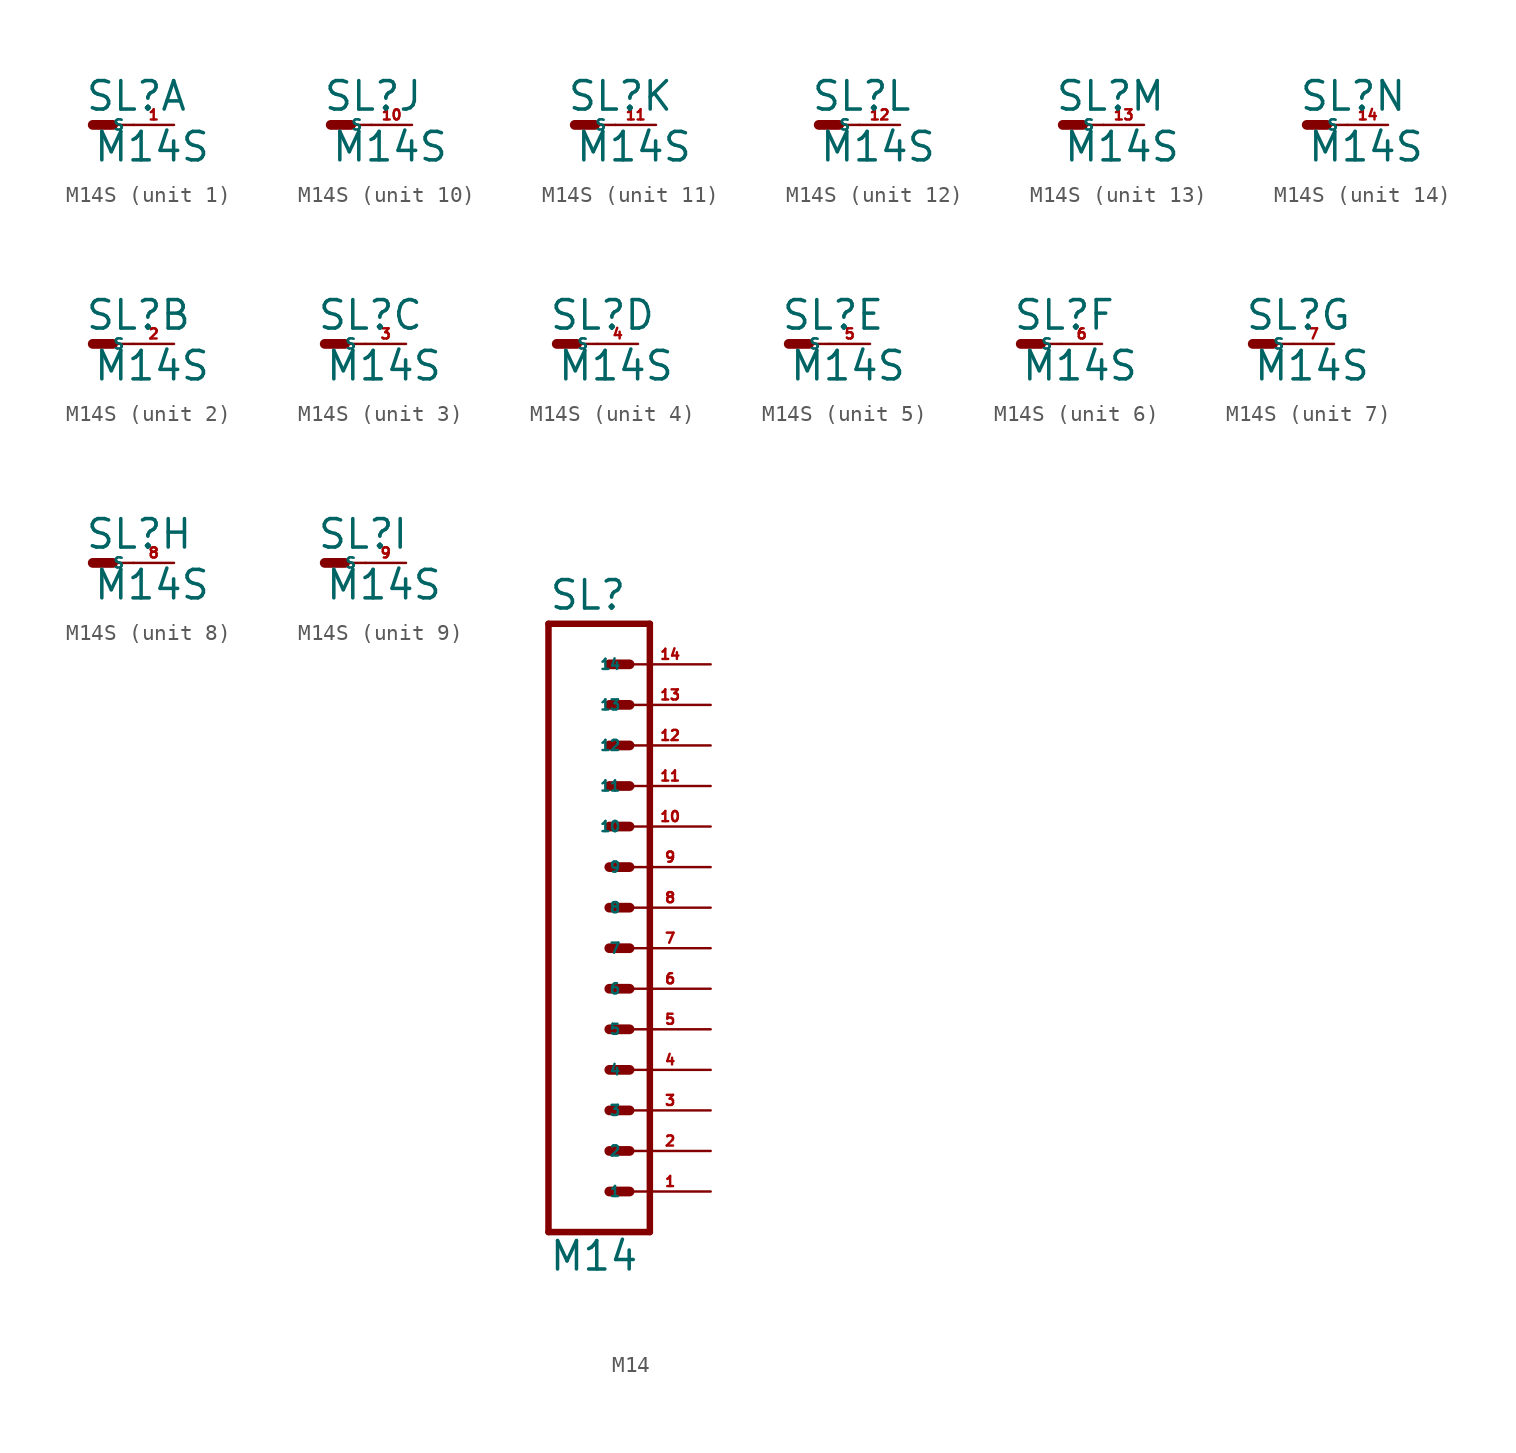
<source format=kicad_sym>
(kicad_symbol_lib
  (version 20220914)
  (generator Eagle2Kicad)
  (symbol "M14S"
    (property "Reference" "SL"
      (at -0.508 0.762 0)
      (effects (font (size 1.778 1.778) (thickness 0.22)) (justify left bottom)))
    (property "Value" "M14S"
      (at 0 -2.413 0)
      (effects (font (size 1.778 1.778) (thickness 0.22)) (justify left bottom)))
    (symbol "M14S_1_0"
      (polyline (pts (xy 0 0) (xy 1.27 0)) (stroke (width 0.61) (type default)) (fill (type none)))
      (polyline (pts (xy 1.27 0) (xy 2.54 0)) (stroke (width 0.152) (type default)) (fill (type none)))
      (pin passive line (at 5.08 0 180) (length 2.54) (name "S" (effects (font (size 0.635 0.635) (thickness 0.08)) (justify left bottom))) (number "1" (effects (font (size 0.635 0.635) (thickness 0.08)) (justify left bottom)))))
    (symbol "M14S_2_0"
      (polyline (pts (xy 0 0) (xy 1.27 0)) (stroke (width 0.61) (type default)) (fill (type none)))
      (polyline (pts (xy 1.27 0) (xy 2.54 0)) (stroke (width 0.152) (type default)) (fill (type none)))
      (pin passive line (at 5.08 0 180) (length 2.54) (name "S" (effects (font (size 0.635 0.635) (thickness 0.08)) (justify left bottom))) (number "2" (effects (font (size 0.635 0.635) (thickness 0.08)) (justify left bottom)))))
    (symbol "M14S_3_0"
      (polyline (pts (xy 0 0) (xy 1.27 0)) (stroke (width 0.61) (type default)) (fill (type none)))
      (polyline (pts (xy 1.27 0) (xy 2.54 0)) (stroke (width 0.152) (type default)) (fill (type none)))
      (pin passive line (at 5.08 0 180) (length 2.54) (name "S" (effects (font (size 0.635 0.635) (thickness 0.08)) (justify left bottom))) (number "3" (effects (font (size 0.635 0.635) (thickness 0.08)) (justify left bottom)))))
    (symbol "M14S_4_0"
      (polyline (pts (xy 0 0) (xy 1.27 0)) (stroke (width 0.61) (type default)) (fill (type none)))
      (polyline (pts (xy 1.27 0) (xy 2.54 0)) (stroke (width 0.152) (type default)) (fill (type none)))
      (pin passive line (at 5.08 0 180) (length 2.54) (name "S" (effects (font (size 0.635 0.635) (thickness 0.08)) (justify left bottom))) (number "4" (effects (font (size 0.635 0.635) (thickness 0.08)) (justify left bottom)))))
    (symbol "M14S_5_0"
      (polyline (pts (xy 0 0) (xy 1.27 0)) (stroke (width 0.61) (type default)) (fill (type none)))
      (polyline (pts (xy 1.27 0) (xy 2.54 0)) (stroke (width 0.152) (type default)) (fill (type none)))
      (pin passive line (at 5.08 0 180) (length 2.54) (name "S" (effects (font (size 0.635 0.635) (thickness 0.08)) (justify left bottom))) (number "5" (effects (font (size 0.635 0.635) (thickness 0.08)) (justify left bottom)))))
    (symbol "M14S_6_0"
      (polyline (pts (xy 0 0) (xy 1.27 0)) (stroke (width 0.61) (type default)) (fill (type none)))
      (polyline (pts (xy 1.27 0) (xy 2.54 0)) (stroke (width 0.152) (type default)) (fill (type none)))
      (pin passive line (at 5.08 0 180) (length 2.54) (name "S" (effects (font (size 0.635 0.635) (thickness 0.08)) (justify left bottom))) (number "6" (effects (font (size 0.635 0.635) (thickness 0.08)) (justify left bottom)))))
    (symbol "M14S_7_0"
      (polyline (pts (xy 0 0) (xy 1.27 0)) (stroke (width 0.61) (type default)) (fill (type none)))
      (polyline (pts (xy 1.27 0) (xy 2.54 0)) (stroke (width 0.152) (type default)) (fill (type none)))
      (pin passive line (at 5.08 0 180) (length 2.54) (name "S" (effects (font (size 0.635 0.635) (thickness 0.08)) (justify left bottom))) (number "7" (effects (font (size 0.635 0.635) (thickness 0.08)) (justify left bottom)))))
    (symbol "M14S_8_0"
      (polyline (pts (xy 0 0) (xy 1.27 0)) (stroke (width 0.61) (type default)) (fill (type none)))
      (polyline (pts (xy 1.27 0) (xy 2.54 0)) (stroke (width 0.152) (type default)) (fill (type none)))
      (pin passive line (at 5.08 0 180) (length 2.54) (name "S" (effects (font (size 0.635 0.635) (thickness 0.08)) (justify left bottom))) (number "8" (effects (font (size 0.635 0.635) (thickness 0.08)) (justify left bottom)))))
    (symbol "M14S_9_0"
      (polyline (pts (xy 0 0) (xy 1.27 0)) (stroke (width 0.61) (type default)) (fill (type none)))
      (polyline (pts (xy 1.27 0) (xy 2.54 0)) (stroke (width 0.152) (type default)) (fill (type none)))
      (pin passive line (at 5.08 0 180) (length 2.54) (name "S" (effects (font (size 0.635 0.635) (thickness 0.08)) (justify left bottom))) (number "9" (effects (font (size 0.635 0.635) (thickness 0.08)) (justify left bottom)))))
    (symbol "M14S_10_0"
      (polyline (pts (xy 0 0) (xy 1.27 0)) (stroke (width 0.61) (type default)) (fill (type none)))
      (polyline (pts (xy 1.27 0) (xy 2.54 0)) (stroke (width 0.152) (type default)) (fill (type none)))
      (pin passive line (at 5.08 0 180) (length 2.54) (name "S" (effects (font (size 0.635 0.635) (thickness 0.08)) (justify left bottom))) (number "10" (effects (font (size 0.635 0.635) (thickness 0.08)) (justify left bottom)))))
    (symbol "M14S_11_0"
      (polyline (pts (xy 0 0) (xy 1.27 0)) (stroke (width 0.61) (type default)) (fill (type none)))
      (polyline (pts (xy 1.27 0) (xy 2.54 0)) (stroke (width 0.152) (type default)) (fill (type none)))
      (pin passive line (at 5.08 0 180) (length 2.54) (name "S" (effects (font (size 0.635 0.635) (thickness 0.08)) (justify left bottom))) (number "11" (effects (font (size 0.635 0.635) (thickness 0.08)) (justify left bottom)))))
    (symbol "M14S_12_0"
      (polyline (pts (xy 0 0) (xy 1.27 0)) (stroke (width 0.61) (type default)) (fill (type none)))
      (polyline (pts (xy 1.27 0) (xy 2.54 0)) (stroke (width 0.152) (type default)) (fill (type none)))
      (pin passive line (at 5.08 0 180) (length 2.54) (name "S" (effects (font (size 0.635 0.635) (thickness 0.08)) (justify left bottom))) (number "12" (effects (font (size 0.635 0.635) (thickness 0.08)) (justify left bottom)))))
    (symbol "M14S_13_0"
      (polyline (pts (xy 0 0) (xy 1.27 0)) (stroke (width 0.61) (type default)) (fill (type none)))
      (polyline (pts (xy 1.27 0) (xy 2.54 0)) (stroke (width 0.152) (type default)) (fill (type none)))
      (pin passive line (at 5.08 0 180) (length 2.54) (name "S" (effects (font (size 0.635 0.635) (thickness 0.08)) (justify left bottom))) (number "13" (effects (font (size 0.635 0.635) (thickness 0.08)) (justify left bottom)))))
    (symbol "M14S_14_0"
      (polyline (pts (xy 0 0) (xy 1.27 0)) (stroke (width 0.61) (type default)) (fill (type none)))
      (polyline (pts (xy 1.27 0) (xy 2.54 0)) (stroke (width 0.152) (type default)) (fill (type none)))
      (pin passive line (at 5.08 0 180) (length 2.54) (name "S" (effects (font (size 0.635 0.635) (thickness 0.08)) (justify left bottom))) (number "14" (effects (font (size 0.635 0.635) (thickness 0.08)) (justify left bottom))))))
  (symbol "M14"
    (property "Reference" "SL"
      (at -5.08 18.542 0)
      (effects (font (size 1.778 1.778) (thickness 0.22)) (justify left bottom)))
    (property "Value" "M14"
      (at -5.08 -22.86 0)
      (effects (font (size 1.778 1.778) (thickness 0.22)) (justify left bottom)))
    (polyline
      (pts (xy 1.27 -20.32) (xy -5.08 -20.32))
      (stroke (width 0.406) (type default))
      (fill (type none)))
    (polyline
      (pts (xy -1.27 -12.7) (xy 0 -12.7))
      (stroke (width 0.61) (type default))
      (fill (type none)))
    (polyline
      (pts (xy -1.27 -15.24) (xy 0 -15.24))
      (stroke (width 0.61) (type default))
      (fill (type none)))
    (polyline
      (pts (xy -1.27 -17.78) (xy 0 -17.78))
      (stroke (width 0.61) (type default))
      (fill (type none)))
    (polyline
      (pts (xy -5.08 17.78) (xy -5.08 -20.32))
      (stroke (width 0.406) (type default))
      (fill (type none)))
    (polyline
      (pts (xy 1.27 -20.32) (xy 1.27 17.78))
      (stroke (width 0.406) (type default))
      (fill (type none)))
    (polyline
      (pts (xy -5.08 17.78) (xy 1.27 17.78))
      (stroke (width 0.406) (type default))
      (fill (type none)))
    (polyline
      (pts (xy -1.27 -7.62) (xy 0 -7.62))
      (stroke (width 0.61) (type default))
      (fill (type none)))
    (polyline
      (pts (xy -1.27 -10.16) (xy 0 -10.16))
      (stroke (width 0.61) (type default))
      (fill (type none)))
    (polyline
      (pts (xy -1.27 -5.08) (xy 0 -5.08))
      (stroke (width 0.61) (type default))
      (fill (type none)))
    (polyline
      (pts (xy -1.27 -2.54) (xy 0 -2.54))
      (stroke (width 0.61) (type default))
      (fill (type none)))
    (polyline
      (pts (xy -1.27 0) (xy 0 0))
      (stroke (width 0.61) (type default))
      (fill (type none)))
    (polyline
      (pts (xy -1.27 2.54) (xy 0 2.54))
      (stroke (width 0.61) (type default))
      (fill (type none)))
    (polyline
      (pts (xy -1.27 5.08) (xy 0 5.08))
      (stroke (width 0.61) (type default))
      (fill (type none)))
    (polyline
      (pts (xy -1.27 7.62) (xy 0 7.62))
      (stroke (width 0.61) (type default))
      (fill (type none)))
    (polyline
      (pts (xy -1.27 10.16) (xy 0 10.16))
      (stroke (width 0.61) (type default))
      (fill (type none)))
    (polyline
      (pts (xy -1.27 12.7) (xy 0 12.7))
      (stroke (width 0.61) (type default))
      (fill (type none)))
    (polyline
      (pts (xy -1.27 15.24) (xy 0 15.24))
      (stroke (width 0.61) (type default))
      (fill (type none)))
    (pin passive line
      (at 5.08 -17.78 180)
      (length 5.08)
      (name "1" (effects (font (size 0.635 0.635) (thickness 0.08)) (justify left bottom)))
      (number "1" (effects (font (size 0.635 0.635) (thickness 0.08)) (justify left bottom))))
    (pin passive line
      (at 5.08 -15.24 180)
      (length 5.08)
      (name "2" (effects (font (size 0.635 0.635) (thickness 0.08)) (justify left bottom)))
      (number "2" (effects (font (size 0.635 0.635) (thickness 0.08)) (justify left bottom))))
    (pin passive line
      (at 5.08 -12.7 180)
      (length 5.08)
      (name "3" (effects (font (size 0.635 0.635) (thickness 0.08)) (justify left bottom)))
      (number "3" (effects (font (size 0.635 0.635) (thickness 0.08)) (justify left bottom))))
    (pin passive line
      (at 5.08 -10.16 180)
      (length 5.08)
      (name "4" (effects (font (size 0.635 0.635) (thickness 0.08)) (justify left bottom)))
      (number "4" (effects (font (size 0.635 0.635) (thickness 0.08)) (justify left bottom))))
    (pin passive line
      (at 5.08 -7.62 180)
      (length 5.08)
      (name "5" (effects (font (size 0.635 0.635) (thickness 0.08)) (justify left bottom)))
      (number "5" (effects (font (size 0.635 0.635) (thickness 0.08)) (justify left bottom))))
    (pin passive line
      (at 5.08 -5.08 180)
      (length 5.08)
      (name "6" (effects (font (size 0.635 0.635) (thickness 0.08)) (justify left bottom)))
      (number "6" (effects (font (size 0.635 0.635) (thickness 0.08)) (justify left bottom))))
    (pin passive line
      (at 5.08 -2.54 180)
      (length 5.08)
      (name "7" (effects (font (size 0.635 0.635) (thickness 0.08)) (justify left bottom)))
      (number "7" (effects (font (size 0.635 0.635) (thickness 0.08)) (justify left bottom))))
    (pin passive line
      (at 5.08 0 180)
      (length 5.08)
      (name "8" (effects (font (size 0.635 0.635) (thickness 0.08)) (justify left bottom)))
      (number "8" (effects (font (size 0.635 0.635) (thickness 0.08)) (justify left bottom))))
    (pin passive line
      (at 5.08 2.54 180)
      (length 5.08)
      (name "9" (effects (font (size 0.635 0.635) (thickness 0.08)) (justify left bottom)))
      (number "9" (effects (font (size 0.635 0.635) (thickness 0.08)) (justify left bottom))))
    (pin passive line
      (at 5.08 5.08 180)
      (length 5.08)
      (name "10" (effects (font (size 0.635 0.635) (thickness 0.08)) (justify left bottom)))
      (number "10" (effects (font (size 0.635 0.635) (thickness 0.08)) (justify left bottom))))
    (pin passive line
      (at 5.08 7.62 180)
      (length 5.08)
      (name "11" (effects (font (size 0.635 0.635) (thickness 0.08)) (justify left bottom)))
      (number "11" (effects (font (size 0.635 0.635) (thickness 0.08)) (justify left bottom))))
    (pin passive line
      (at 5.08 10.16 180)
      (length 5.08)
      (name "12" (effects (font (size 0.635 0.635) (thickness 0.08)) (justify left bottom)))
      (number "12" (effects (font (size 0.635 0.635) (thickness 0.08)) (justify left bottom))))
    (pin passive line
      (at 5.08 12.7 180)
      (length 5.08)
      (name "13" (effects (font (size 0.635 0.635) (thickness 0.08)) (justify left bottom)))
      (number "13" (effects (font (size 0.635 0.635) (thickness 0.08)) (justify left bottom))))
    (pin passive line
      (at 5.08 15.24 180)
      (length 5.08)
      (name "14" (effects (font (size 0.635 0.635) (thickness 0.08)) (justify left bottom)))
      (number "14" (effects (font (size 0.635 0.635) (thickness 0.08)) (justify left bottom))))))
</source>
